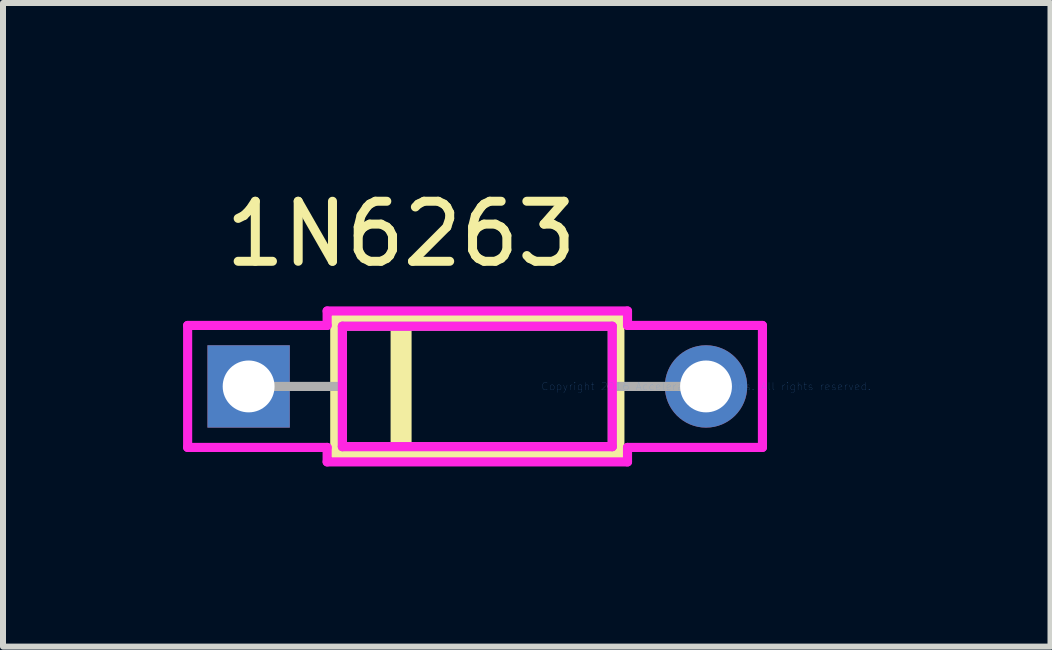
<source format=kicad_pcb>
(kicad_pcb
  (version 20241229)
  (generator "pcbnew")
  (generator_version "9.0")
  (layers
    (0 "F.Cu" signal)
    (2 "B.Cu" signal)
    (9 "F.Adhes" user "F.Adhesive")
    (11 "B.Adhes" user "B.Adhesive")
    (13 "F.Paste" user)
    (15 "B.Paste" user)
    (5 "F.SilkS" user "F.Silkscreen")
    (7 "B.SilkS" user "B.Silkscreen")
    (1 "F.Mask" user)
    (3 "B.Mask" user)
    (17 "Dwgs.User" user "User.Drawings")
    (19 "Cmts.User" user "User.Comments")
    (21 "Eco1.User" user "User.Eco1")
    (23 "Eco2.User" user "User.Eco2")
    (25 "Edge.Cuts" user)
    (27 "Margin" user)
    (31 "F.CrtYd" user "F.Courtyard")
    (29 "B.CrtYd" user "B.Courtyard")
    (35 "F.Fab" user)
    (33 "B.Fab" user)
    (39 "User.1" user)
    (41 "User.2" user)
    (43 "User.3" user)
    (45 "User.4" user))
  (footprint "1N6263"
    (layer "F.Cu")
    (at 8.712 3.388)
    (property "Reference" "1N6263" (at -5.08 -2.54 0) (layer "F.SilkS") (effects (font (size 1 1) (thickness 0.15))))
    (attr through_hole)
    (fp_line (start -6.185 -1.13) (end -6.185 1.13) (stroke (width 0.152) (type solid)) (layer "F.SilkS"))
    (fp_line (start -6.185 1.13) (end -1.435 1.13) (stroke (width 0.152) (type solid)) (layer "F.SilkS"))
    (fp_line (start -5.08 -1.035) (end -5.08 1.035) (stroke (width 0.35) (type solid)) (layer "F.SilkS"))
    (fp_line (start -1.435 -1.13) (end -6.185 -1.13) (stroke (width 0.152) (type solid)) (layer "F.SilkS"))
    (fp_line (start -1.435 1.13) (end -1.435 -1.13) (stroke (width 0.152) (type solid)) (layer "F.SilkS"))
    (fp_line (start -8.636 -1.016) (end -6.312 -1.016) (stroke (width 0.152) (type solid)) (layer "F.CrtYd"))
    (fp_line (start -8.636 1.016) (end -8.636 -1.016) (stroke (width 0.152) (type solid)) (layer "F.CrtYd"))
    (fp_line (start -6.312 -1.257) (end -1.308 -1.257) (stroke (width 0.152) (type solid)) (layer "F.CrtYd"))
    (fp_line (start -6.312 -1.016) (end -6.312 -1.257) (stroke (width 0.152) (type solid)) (layer "F.CrtYd"))
    (fp_line (start -6.312 1.016) (end -8.636 1.016) (stroke (width 0.152) (type solid)) (layer "F.CrtYd"))
    (fp_line (start -6.312 1.257) (end -6.312 1.016) (stroke (width 0.152) (type solid)) (layer "F.CrtYd"))
    (fp_line (start -6.058 -1.003) (end -1.562 -1.003) (stroke (width 0.152) (type solid)) (layer "F.CrtYd"))
    (fp_line (start -6.058 1.003) (end -6.058 -1.003) (stroke (width 0.152) (type solid)) (layer "F.CrtYd"))
    (fp_line (start -1.562 -1.003) (end -1.562 1.003) (stroke (width 0.152) (type solid)) (layer "F.CrtYd"))
    (fp_line (start -1.562 1.003) (end -6.058 1.003) (stroke (width 0.152) (type solid)) (layer "F.CrtYd"))
    (fp_line (start -1.308 -1.257) (end -1.308 -1.016) (stroke (width 0.152) (type solid)) (layer "F.CrtYd"))
    (fp_line (start -1.308 -1.016) (end 0.94 -1.016) (stroke (width 0.152) (type solid)) (layer "F.CrtYd"))
    (fp_line (start -1.308 1.016) (end -1.308 1.257) (stroke (width 0.152) (type solid)) (layer "F.CrtYd"))
    (fp_line (start -1.308 1.257) (end -6.312 1.257) (stroke (width 0.152) (type solid)) (layer "F.CrtYd"))
    (fp_line (start 0.94 -1.016) (end 0.94 1.016) (stroke (width 0.152) (type solid)) (layer "F.CrtYd"))
    (fp_line (start 0.94 1.016) (end -1.308 1.016) (stroke (width 0.152) (type solid)) (layer "F.CrtYd"))
    (fp_line (start -7.62 0) (end -6.058 0) (stroke (width 0.152) (type solid)) (layer "F.Fab"))
    (fp_line (start -6.058 -1.003) (end -6.058 1.003) (stroke (width 0.152) (type solid)) (layer "F.Fab"))
    (fp_line (start -6.058 1.003) (end -1.562 1.003) (stroke (width 0.152) (type solid)) (layer "F.Fab"))
    (fp_line (start -1.562 -1.003) (end -6.058 -1.003) (stroke (width 0.152) (type solid)) (layer "F.Fab"))
    (fp_line (start -1.562 1.003) (end -1.562 -1.003) (stroke (width 0.152) (type solid)) (layer "F.Fab"))
    (fp_line (start 0 0) (end -1.562 0) (stroke (width 0.152) (type solid)) (layer "F.Fab"))
    (fp_text user "Copyright 2016 Accelerated Designs. All rights reserved." (at 0 0 0) (layer "Cmts.User") (effects (font (size 0.127 0.127) (thickness 0.002))))
    (pad "1" thru_hole rect (at -7.62 0) (size 1.372 1.372) (drill 0.864) (layers "*.Cu" "*.Mask"))
    (pad "2" thru_hole circle (at 0 0) (size 1.372 1.372) (drill 0.864) (layers "*.Cu" "*.Mask")))
  (gr_rect
    (start -3 -3)
    (end 14.451 7.722)
    (stroke (width 0.1) (type default))
    (fill no)
    (layer "Edge.Cuts")))
</source>
